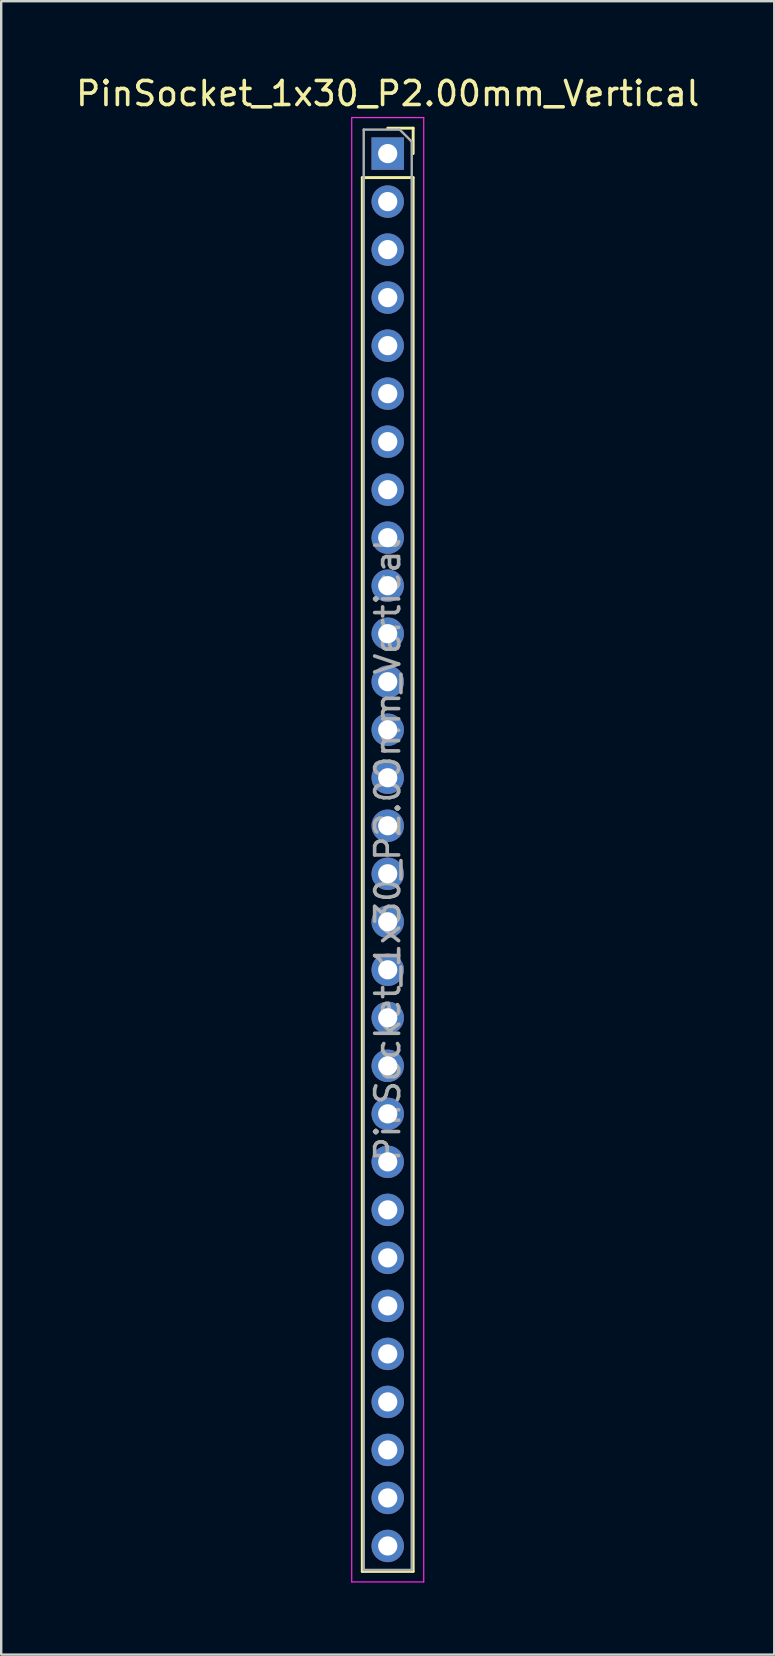
<source format=kicad_pcb>
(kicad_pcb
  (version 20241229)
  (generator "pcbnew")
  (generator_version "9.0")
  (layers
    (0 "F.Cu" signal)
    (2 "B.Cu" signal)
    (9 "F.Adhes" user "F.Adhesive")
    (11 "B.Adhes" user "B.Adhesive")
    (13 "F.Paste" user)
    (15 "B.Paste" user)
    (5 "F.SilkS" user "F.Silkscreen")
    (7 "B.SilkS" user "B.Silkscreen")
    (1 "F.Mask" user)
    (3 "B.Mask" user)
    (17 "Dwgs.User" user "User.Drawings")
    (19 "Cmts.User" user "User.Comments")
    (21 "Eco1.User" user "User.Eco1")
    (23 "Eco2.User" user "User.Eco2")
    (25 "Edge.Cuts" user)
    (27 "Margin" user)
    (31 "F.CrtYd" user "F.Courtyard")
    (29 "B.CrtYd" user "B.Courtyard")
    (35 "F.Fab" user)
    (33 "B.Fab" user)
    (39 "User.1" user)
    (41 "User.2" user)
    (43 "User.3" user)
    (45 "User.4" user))
  (footprint "PinSocket_1x30_P2.00mm_Vertical"
    (layer "F.Cu")
    (at 13.101 3.348)
    (property "Reference" "PinSocket_1x30_P2.00mm_Vertical" (at 0 -2.5 0) (layer "F.SilkS") (effects (font (size 1 1) (thickness 0.15))))
    (attr through_hole)
    (fp_line (start -1.06 1) (end -1.06 59.06) (stroke (width 0.12) (type solid)) (layer "F.SilkS"))
    (fp_line (start -1.06 1) (end 1.06 1) (stroke (width 0.12) (type solid)) (layer "F.SilkS"))
    (fp_line (start -1.06 59.06) (end 1.06 59.06) (stroke (width 0.12) (type solid)) (layer "F.SilkS"))
    (fp_line (start 0 -1.06) (end 1.06 -1.06) (stroke (width 0.12) (type solid)) (layer "F.SilkS"))
    (fp_line (start 1.06 -1.06) (end 1.06 0) (stroke (width 0.12) (type solid)) (layer "F.SilkS"))
    (fp_line (start 1.06 1) (end 1.06 59.06) (stroke (width 0.12) (type solid)) (layer "F.SilkS"))
    (fp_line (start -1.5 -1.5) (end 1.5 -1.5) (stroke (width 0.05) (type solid)) (layer "F.CrtYd"))
    (fp_line (start -1.5 59.5) (end -1.5 -1.5) (stroke (width 0.05) (type solid)) (layer "F.CrtYd"))
    (fp_line (start 1.5 -1.5) (end 1.5 59.5) (stroke (width 0.05) (type solid)) (layer "F.CrtYd"))
    (fp_line (start 1.5 59.5) (end -1.5 59.5) (stroke (width 0.05) (type solid)) (layer "F.CrtYd"))
    (fp_line (start -1 -1) (end 0.5 -1) (stroke (width 0.1) (type solid)) (layer "F.Fab"))
    (fp_line (start -1 59) (end -1 -1) (stroke (width 0.1) (type solid)) (layer "F.Fab"))
    (fp_line (start 0.5 -1) (end 1 -0.5) (stroke (width 0.1) (type solid)) (layer "F.Fab"))
    (fp_line (start 1 -0.5) (end 1 59) (stroke (width 0.1) (type solid)) (layer "F.Fab"))
    (fp_line (start 1 59) (end -1 59) (stroke (width 0.1) (type solid)) (layer "F.Fab"))
    (fp_text user "${REFERENCE}" (at 0 29 90) (layer "F.Fab") (effects (font (size 1 1) (thickness 0.15))))
    (pad "1" thru_hole rect (at 0 0) (size 1.35 1.35) (drill 0.8) (layers "*.Cu" "*.Mask"))
    (pad "2" thru_hole oval (at 0 2) (size 1.35 1.35) (drill 0.8) (layers "*.Cu" "*.Mask"))
    (pad "3" thru_hole oval (at 0 4) (size 1.35 1.35) (drill 0.8) (layers "*.Cu" "*.Mask"))
    (pad "4" thru_hole oval (at 0 6) (size 1.35 1.35) (drill 0.8) (layers "*.Cu" "*.Mask"))
    (pad "5" thru_hole oval (at 0 8) (size 1.35 1.35) (drill 0.8) (layers "*.Cu" "*.Mask"))
    (pad "6" thru_hole oval (at 0 10) (size 1.35 1.35) (drill 0.8) (layers "*.Cu" "*.Mask"))
    (pad "7" thru_hole oval (at 0 12) (size 1.35 1.35) (drill 0.8) (layers "*.Cu" "*.Mask"))
    (pad "8" thru_hole oval (at 0 14) (size 1.35 1.35) (drill 0.8) (layers "*.Cu" "*.Mask"))
    (pad "9" thru_hole oval (at 0 16) (size 1.35 1.35) (drill 0.8) (layers "*.Cu" "*.Mask"))
    (pad "10" thru_hole oval (at 0 18) (size 1.35 1.35) (drill 0.8) (layers "*.Cu" "*.Mask"))
    (pad "11" thru_hole oval (at 0 20) (size 1.35 1.35) (drill 0.8) (layers "*.Cu" "*.Mask"))
    (pad "12" thru_hole oval (at 0 22) (size 1.35 1.35) (drill 0.8) (layers "*.Cu" "*.Mask"))
    (pad "13" thru_hole oval (at 0 24) (size 1.35 1.35) (drill 0.8) (layers "*.Cu" "*.Mask"))
    (pad "14" thru_hole oval (at 0 26) (size 1.35 1.35) (drill 0.8) (layers "*.Cu" "*.Mask"))
    (pad "15" thru_hole oval (at 0 28) (size 1.35 1.35) (drill 0.8) (layers "*.Cu" "*.Mask"))
    (pad "16" thru_hole oval (at 0 30) (size 1.35 1.35) (drill 0.8) (layers "*.Cu" "*.Mask"))
    (pad "17" thru_hole oval (at 0 32) (size 1.35 1.35) (drill 0.8) (layers "*.Cu" "*.Mask"))
    (pad "18" thru_hole oval (at 0 34) (size 1.35 1.35) (drill 0.8) (layers "*.Cu" "*.Mask"))
    (pad "19" thru_hole oval (at 0 36) (size 1.35 1.35) (drill 0.8) (layers "*.Cu" "*.Mask"))
    (pad "20" thru_hole oval (at 0 38) (size 1.35 1.35) (drill 0.8) (layers "*.Cu" "*.Mask"))
    (pad "21" thru_hole oval (at 0 40) (size 1.35 1.35) (drill 0.8) (layers "*.Cu" "*.Mask"))
    (pad "22" thru_hole oval (at 0 42) (size 1.35 1.35) (drill 0.8) (layers "*.Cu" "*.Mask"))
    (pad "23" thru_hole oval (at 0 44) (size 1.35 1.35) (drill 0.8) (layers "*.Cu" "*.Mask"))
    (pad "24" thru_hole oval (at 0 46) (size 1.35 1.35) (drill 0.8) (layers "*.Cu" "*.Mask"))
    (pad "25" thru_hole oval (at 0 48) (size 1.35 1.35) (drill 0.8) (layers "*.Cu" "*.Mask"))
    (pad "26" thru_hole oval (at 0 50) (size 1.35 1.35) (drill 0.8) (layers "*.Cu" "*.Mask"))
    (pad "27" thru_hole oval (at 0 52) (size 1.35 1.35) (drill 0.8) (layers "*.Cu" "*.Mask"))
    (pad "28" thru_hole oval (at 0 54) (size 1.35 1.35) (drill 0.8) (layers "*.Cu" "*.Mask"))
    (pad "29" thru_hole oval (at 0 56) (size 1.35 1.35) (drill 0.8) (layers "*.Cu" "*.Mask"))
    (pad "30" thru_hole oval (at 0 58) (size 1.35 1.35) (drill 0.8) (layers "*.Cu" "*.Mask")))
  (gr_rect
    (start -3 -3)
    (end 29.202 65.873)
    (stroke (width 0.1) (type default))
    (fill no)
    (layer "Edge.Cuts")))
</source>
